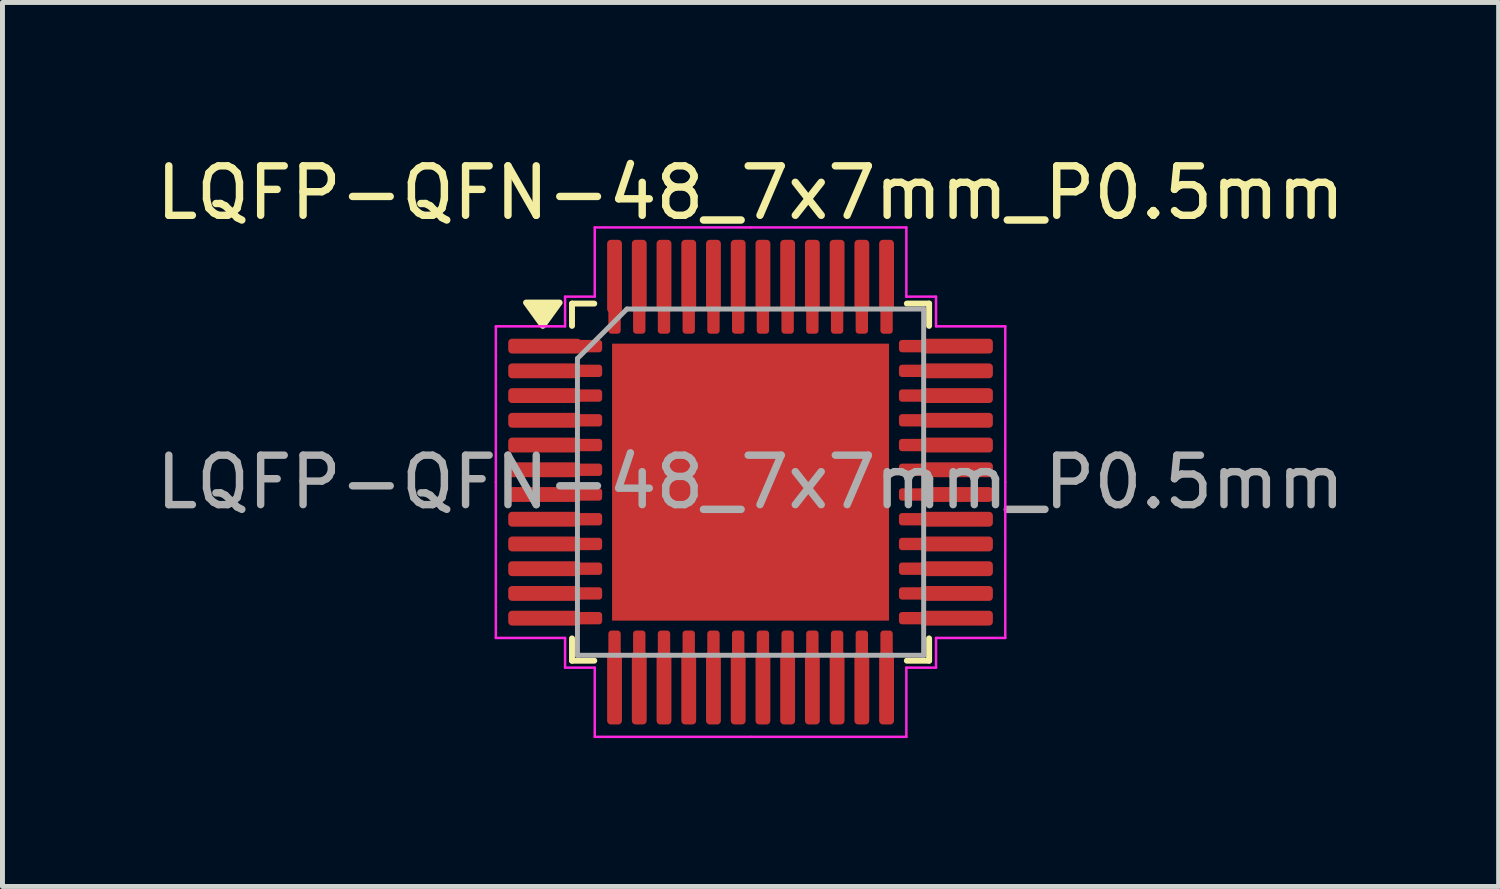
<source format=kicad_pcb>
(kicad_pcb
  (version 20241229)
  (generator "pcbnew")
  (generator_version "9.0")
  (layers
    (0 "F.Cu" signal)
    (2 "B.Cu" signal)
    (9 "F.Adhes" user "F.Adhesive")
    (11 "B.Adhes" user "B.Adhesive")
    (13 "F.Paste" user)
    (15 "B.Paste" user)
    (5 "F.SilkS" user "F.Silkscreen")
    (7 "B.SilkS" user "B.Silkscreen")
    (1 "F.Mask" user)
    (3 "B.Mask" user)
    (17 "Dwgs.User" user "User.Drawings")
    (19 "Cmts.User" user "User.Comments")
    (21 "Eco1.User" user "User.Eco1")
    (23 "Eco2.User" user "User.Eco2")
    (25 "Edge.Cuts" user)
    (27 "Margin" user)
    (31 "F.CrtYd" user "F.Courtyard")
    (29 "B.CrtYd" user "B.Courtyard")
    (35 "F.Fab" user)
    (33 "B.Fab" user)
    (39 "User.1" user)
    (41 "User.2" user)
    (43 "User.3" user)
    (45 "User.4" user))
  (footprint "LQFP-QFN-48_7x7mm_P0.5mm"
    (layer "F.Cu")
    (at 12.125 6.698)
    (property "Reference" "LQFP-QFN-48_7x7mm_P0.5mm" (at 0 -5.85 0) (layer "F.SilkS") (effects (font (size 1 1) (thickness 0.15))))
    (attr smd)
    (fp_line (start -3.61 -3.61) (end -3.61 -3.16) (stroke (width 0.12) (type solid)) (layer "F.SilkS"))
    (fp_line (start -3.61 3.61) (end -3.61 3.16) (stroke (width 0.12) (type solid)) (layer "F.SilkS"))
    (fp_line (start -3.16 -3.61) (end -3.61 -3.61) (stroke (width 0.12) (type solid)) (layer "F.SilkS"))
    (fp_line (start -3.16 3.61) (end -3.61 3.61) (stroke (width 0.12) (type solid)) (layer "F.SilkS"))
    (fp_line (start 3.16 -3.61) (end 3.61 -3.61) (stroke (width 0.12) (type solid)) (layer "F.SilkS"))
    (fp_line (start 3.16 3.61) (end 3.61 3.61) (stroke (width 0.12) (type solid)) (layer "F.SilkS"))
    (fp_line (start 3.61 -3.61) (end 3.61 -3.16) (stroke (width 0.12) (type solid)) (layer "F.SilkS"))
    (fp_line (start 3.61 3.61) (end 3.61 3.16) (stroke (width 0.12) (type solid)) (layer "F.SilkS"))
    (fp_poly (pts (xy -4.2 -3.16) (xy -4.54 -3.63) (xy -3.86 -3.63) (xy -4.2 -3.16)) (stroke (width 0.12) (type solid)) (fill yes) (layer "F.SilkS"))
    (fp_line (start -5.15 -3.15) (end -5.15 0) (stroke (width 0.05) (type solid)) (layer "F.CrtYd"))
    (fp_line (start -5.15 3.15) (end -5.15 0) (stroke (width 0.05) (type solid)) (layer "F.CrtYd"))
    (fp_line (start -3.75 -3.75) (end -3.75 -3.15) (stroke (width 0.05) (type solid)) (layer "F.CrtYd"))
    (fp_line (start -3.75 -3.15) (end -5.15 -3.15) (stroke (width 0.05) (type solid)) (layer "F.CrtYd"))
    (fp_line (start -3.75 3.15) (end -5.15 3.15) (stroke (width 0.05) (type solid)) (layer "F.CrtYd"))
    (fp_line (start -3.75 3.75) (end -3.75 3.15) (stroke (width 0.05) (type solid)) (layer "F.CrtYd"))
    (fp_line (start -3.15 -5.15) (end -3.15 -3.75) (stroke (width 0.05) (type solid)) (layer "F.CrtYd"))
    (fp_line (start -3.15 -3.75) (end -3.75 -3.75) (stroke (width 0.05) (type solid)) (layer "F.CrtYd"))
    (fp_line (start -3.15 3.75) (end -3.75 3.75) (stroke (width 0.05) (type solid)) (layer "F.CrtYd"))
    (fp_line (start -3.15 5.15) (end -3.15 3.75) (stroke (width 0.05) (type solid)) (layer "F.CrtYd"))
    (fp_line (start 0 -5.15) (end -3.15 -5.15) (stroke (width 0.05) (type solid)) (layer "F.CrtYd"))
    (fp_line (start 0 -5.15) (end 3.15 -5.15) (stroke (width 0.05) (type solid)) (layer "F.CrtYd"))
    (fp_line (start 0 5.15) (end -3.15 5.15) (stroke (width 0.05) (type solid)) (layer "F.CrtYd"))
    (fp_line (start 0 5.15) (end 3.15 5.15) (stroke (width 0.05) (type solid)) (layer "F.CrtYd"))
    (fp_line (start 3.15 -5.15) (end 3.15 -3.75) (stroke (width 0.05) (type solid)) (layer "F.CrtYd"))
    (fp_line (start 3.15 -3.75) (end 3.75 -3.75) (stroke (width 0.05) (type solid)) (layer "F.CrtYd"))
    (fp_line (start 3.15 3.75) (end 3.75 3.75) (stroke (width 0.05) (type solid)) (layer "F.CrtYd"))
    (fp_line (start 3.15 5.15) (end 3.15 3.75) (stroke (width 0.05) (type solid)) (layer "F.CrtYd"))
    (fp_line (start 3.75 -3.75) (end 3.75 -3.15) (stroke (width 0.05) (type solid)) (layer "F.CrtYd"))
    (fp_line (start 3.75 -3.15) (end 5.15 -3.15) (stroke (width 0.05) (type solid)) (layer "F.CrtYd"))
    (fp_line (start 3.75 3.15) (end 5.15 3.15) (stroke (width 0.05) (type solid)) (layer "F.CrtYd"))
    (fp_line (start 3.75 3.75) (end 3.75 3.15) (stroke (width 0.05) (type solid)) (layer "F.CrtYd"))
    (fp_line (start 5.15 -3.15) (end 5.15 0) (stroke (width 0.05) (type solid)) (layer "F.CrtYd"))
    (fp_line (start 5.15 3.15) (end 5.15 0) (stroke (width 0.05) (type solid)) (layer "F.CrtYd"))
    (fp_line (start -3.5 -2.5) (end -2.5 -3.5) (stroke (width 0.1) (type solid)) (layer "F.Fab"))
    (fp_line (start -3.5 3.5) (end -3.5 -2.5) (stroke (width 0.1) (type solid)) (layer "F.Fab"))
    (fp_line (start -2.5 -3.5) (end 3.5 -3.5) (stroke (width 0.1) (type solid)) (layer "F.Fab"))
    (fp_line (start 3.5 -3.5) (end 3.5 3.5) (stroke (width 0.1) (type solid)) (layer "F.Fab"))
    (fp_line (start 3.5 3.5) (end -3.5 3.5) (stroke (width 0.1) (type solid)) (layer "F.Fab"))
    (fp_text user "${REFERENCE}" (at 0 0 0) (layer "F.Fab") (effects (font (size 1 1) (thickness 0.15))))
    (pad "" smd roundrect (at -1.2 -1.2) (size 0.97 0.97) (layers "F.Paste") (roundrect_rratio 0.25))
    (pad "" smd roundrect (at -1.2 0) (size 0.97 0.97) (layers "F.Paste") (roundrect_rratio 0.25))
    (pad "" smd roundrect (at -1.2 1.2) (size 0.97 0.97) (layers "F.Paste") (roundrect_rratio 0.25))
    (pad "" smd roundrect (at 0 -1.2) (size 0.97 0.97) (layers "F.Paste") (roundrect_rratio 0.25))
    (pad "" smd roundrect (at 0 0) (size 0.97 0.97) (layers "F.Paste") (roundrect_rratio 0.25))
    (pad "" smd roundrect (at 0 1.2) (size 0.97 0.97) (layers "F.Paste") (roundrect_rratio 0.25))
    (pad "" smd roundrect (at 1.2 -1.2) (size 0.97 0.97) (layers "F.Paste") (roundrect_rratio 0.25))
    (pad "" smd roundrect (at 1.2 0) (size 0.97 0.97) (layers "F.Paste") (roundrect_rratio 0.25))
    (pad "" smd roundrect (at 1.2 1.2) (size 0.97 0.97) (layers "F.Paste") (roundrect_rratio 0.25))
    (pad "1" smd roundrect (at -4.162 -2.75) (size 1.475 0.3) (layers "F.Cu" "F.Mask" "F.Paste") (roundrect_rratio 0.25))
    (pad "1" smd roundrect (at -3.438 -2.75) (size 0.875 0.25) (layers "F.Cu" "F.Mask" "F.Paste") (roundrect_rratio 0.25))
    (pad "2" smd roundrect (at -4.162 -2.25) (size 1.475 0.3) (layers "F.Cu" "F.Mask" "F.Paste") (roundrect_rratio 0.25))
    (pad "2" smd roundrect (at -3.438 -2.25) (size 0.875 0.25) (layers "F.Cu" "F.Mask" "F.Paste") (roundrect_rratio 0.25))
    (pad "3" smd roundrect (at -4.162 -1.75) (size 1.475 0.3) (layers "F.Cu" "F.Mask" "F.Paste") (roundrect_rratio 0.25))
    (pad "3" smd roundrect (at -3.438 -1.75) (size 0.875 0.25) (layers "F.Cu" "F.Mask" "F.Paste") (roundrect_rratio 0.25))
    (pad "4" smd roundrect (at -4.162 -1.25) (size 1.475 0.3) (layers "F.Cu" "F.Mask" "F.Paste") (roundrect_rratio 0.25))
    (pad "4" smd roundrect (at -3.438 -1.25) (size 0.875 0.25) (layers "F.Cu" "F.Mask" "F.Paste") (roundrect_rratio 0.25))
    (pad "5" smd roundrect (at -4.162 -0.75) (size 1.475 0.3) (layers "F.Cu" "F.Mask" "F.Paste") (roundrect_rratio 0.25))
    (pad "5" smd roundrect (at -3.438 -0.75) (size 0.875 0.25) (layers "F.Cu" "F.Mask" "F.Paste") (roundrect_rratio 0.25))
    (pad "6" smd roundrect (at -4.162 -0.25) (size 1.475 0.3) (layers "F.Cu" "F.Mask" "F.Paste") (roundrect_rratio 0.25))
    (pad "6" smd roundrect (at -3.438 -0.25) (size 0.875 0.25) (layers "F.Cu" "F.Mask" "F.Paste") (roundrect_rratio 0.25))
    (pad "7" smd roundrect (at -4.162 0.25) (size 1.475 0.3) (layers "F.Cu" "F.Mask" "F.Paste") (roundrect_rratio 0.25))
    (pad "7" smd roundrect (at -3.438 0.25) (size 0.875 0.25) (layers "F.Cu" "F.Mask" "F.Paste") (roundrect_rratio 0.25))
    (pad "8" smd roundrect (at -4.162 0.75) (size 1.475 0.3) (layers "F.Cu" "F.Mask" "F.Paste") (roundrect_rratio 0.25))
    (pad "8" smd roundrect (at -3.438 0.75) (size 0.875 0.25) (layers "F.Cu" "F.Mask" "F.Paste") (roundrect_rratio 0.25))
    (pad "9" smd roundrect (at -4.162 1.25) (size 1.475 0.3) (layers "F.Cu" "F.Mask" "F.Paste") (roundrect_rratio 0.25))
    (pad "9" smd roundrect (at -3.438 1.25) (size 0.875 0.25) (layers "F.Cu" "F.Mask" "F.Paste") (roundrect_rratio 0.25))
    (pad "10" smd roundrect (at -4.162 1.75) (size 1.475 0.3) (layers "F.Cu" "F.Mask" "F.Paste") (roundrect_rratio 0.25))
    (pad "10" smd roundrect (at -3.438 1.75) (size 0.875 0.25) (layers "F.Cu" "F.Mask" "F.Paste") (roundrect_rratio 0.25))
    (pad "11" smd roundrect (at -4.162 2.25) (size 1.475 0.3) (layers "F.Cu" "F.Mask" "F.Paste") (roundrect_rratio 0.25))
    (pad "11" smd roundrect (at -3.438 2.25) (size 0.875 0.25) (layers "F.Cu" "F.Mask" "F.Paste") (roundrect_rratio 0.25))
    (pad "12" smd roundrect (at -4.162 2.75) (size 1.475 0.3) (layers "F.Cu" "F.Mask" "F.Paste") (roundrect_rratio 0.25))
    (pad "12" smd roundrect (at -3.438 2.75) (size 0.875 0.25) (layers "F.Cu" "F.Mask" "F.Paste") (roundrect_rratio 0.25))
    (pad "13" smd roundrect (at -2.75 3.438) (size 0.25 0.875) (layers "F.Cu" "F.Mask" "F.Paste") (roundrect_rratio 0.25))
    (pad "13" smd roundrect (at -2.75 4.162) (size 0.3 1.475) (layers "F.Cu" "F.Mask" "F.Paste") (roundrect_rratio 0.25))
    (pad "14" smd roundrect (at -2.25 3.438) (size 0.25 0.875) (layers "F.Cu" "F.Mask" "F.Paste") (roundrect_rratio 0.25))
    (pad "14" smd roundrect (at -2.25 4.162) (size 0.3 1.475) (layers "F.Cu" "F.Mask" "F.Paste") (roundrect_rratio 0.25))
    (pad "15" smd roundrect (at -1.75 3.438) (size 0.25 0.875) (layers "F.Cu" "F.Mask" "F.Paste") (roundrect_rratio 0.25))
    (pad "15" smd roundrect (at -1.75 4.162) (size 0.3 1.475) (layers "F.Cu" "F.Mask" "F.Paste") (roundrect_rratio 0.25))
    (pad "16" smd roundrect (at -1.25 3.438) (size 0.25 0.875) (layers "F.Cu" "F.Mask" "F.Paste") (roundrect_rratio 0.25))
    (pad "16" smd roundrect (at -1.25 4.162) (size 0.3 1.475) (layers "F.Cu" "F.Mask" "F.Paste") (roundrect_rratio 0.25))
    (pad "17" smd roundrect (at -0.75 3.438) (size 0.25 0.875) (layers "F.Cu" "F.Mask" "F.Paste") (roundrect_rratio 0.25))
    (pad "17" smd roundrect (at -0.75 4.162) (size 0.3 1.475) (layers "F.Cu" "F.Mask" "F.Paste") (roundrect_rratio 0.25))
    (pad "18" smd roundrect (at -0.25 3.438) (size 0.25 0.875) (layers "F.Cu" "F.Mask" "F.Paste") (roundrect_rratio 0.25))
    (pad "18" smd roundrect (at -0.25 4.162) (size 0.3 1.475) (layers "F.Cu" "F.Mask" "F.Paste") (roundrect_rratio 0.25))
    (pad "19" smd roundrect (at 0.25 3.438) (size 0.25 0.875) (layers "F.Cu" "F.Mask" "F.Paste") (roundrect_rratio 0.25))
    (pad "19" smd roundrect (at 0.25 4.162) (size 0.3 1.475) (layers "F.Cu" "F.Mask" "F.Paste") (roundrect_rratio 0.25))
    (pad "20" smd roundrect (at 0.75 3.438) (size 0.25 0.875) (layers "F.Cu" "F.Mask" "F.Paste") (roundrect_rratio 0.25))
    (pad "20" smd roundrect (at 0.75 4.162) (size 0.3 1.475) (layers "F.Cu" "F.Mask" "F.Paste") (roundrect_rratio 0.25))
    (pad "21" smd roundrect (at 1.25 3.438) (size 0.25 0.875) (layers "F.Cu" "F.Mask" "F.Paste") (roundrect_rratio 0.25))
    (pad "21" smd roundrect (at 1.25 4.162) (size 0.3 1.475) (layers "F.Cu" "F.Mask" "F.Paste") (roundrect_rratio 0.25))
    (pad "22" smd roundrect (at 1.75 3.438) (size 0.25 0.875) (layers "F.Cu" "F.Mask" "F.Paste") (roundrect_rratio 0.25))
    (pad "22" smd roundrect (at 1.75 4.162) (size 0.3 1.475) (layers "F.Cu" "F.Mask" "F.Paste") (roundrect_rratio 0.25))
    (pad "23" smd roundrect (at 2.25 3.438) (size 0.25 0.875) (layers "F.Cu" "F.Mask" "F.Paste") (roundrect_rratio 0.25))
    (pad "23" smd roundrect (at 2.25 4.162) (size 0.3 1.475) (layers "F.Cu" "F.Mask" "F.Paste") (roundrect_rratio 0.25))
    (pad "24" smd roundrect (at 2.75 3.438) (size 0.25 0.875) (layers "F.Cu" "F.Mask" "F.Paste") (roundrect_rratio 0.25))
    (pad "24" smd roundrect (at 2.75 4.162) (size 0.3 1.475) (layers "F.Cu" "F.Mask" "F.Paste") (roundrect_rratio 0.25))
    (pad "25" smd roundrect (at 3.438 2.75) (size 0.875 0.25) (layers "F.Cu" "F.Mask" "F.Paste") (roundrect_rratio 0.25))
    (pad "25" smd roundrect (at 4.162 2.75) (size 1.475 0.3) (layers "F.Cu" "F.Mask" "F.Paste") (roundrect_rratio 0.25))
    (pad "26" smd roundrect (at 3.438 2.25) (size 0.875 0.25) (layers "F.Cu" "F.Mask" "F.Paste") (roundrect_rratio 0.25))
    (pad "26" smd roundrect (at 4.162 2.25) (size 1.475 0.3) (layers "F.Cu" "F.Mask" "F.Paste") (roundrect_rratio 0.25))
    (pad "27" smd roundrect (at 3.438 1.75) (size 0.875 0.25) (layers "F.Cu" "F.Mask" "F.Paste") (roundrect_rratio 0.25))
    (pad "27" smd roundrect (at 4.162 1.75) (size 1.475 0.3) (layers "F.Cu" "F.Mask" "F.Paste") (roundrect_rratio 0.25))
    (pad "28" smd roundrect (at 3.438 1.25) (size 0.875 0.25) (layers "F.Cu" "F.Mask" "F.Paste") (roundrect_rratio 0.25))
    (pad "28" smd roundrect (at 4.162 1.25) (size 1.475 0.3) (layers "F.Cu" "F.Mask" "F.Paste") (roundrect_rratio 0.25))
    (pad "29" smd roundrect (at 3.438 0.75) (size 0.875 0.25) (layers "F.Cu" "F.Mask" "F.Paste") (roundrect_rratio 0.25))
    (pad "29" smd roundrect (at 4.162 0.75) (size 1.475 0.3) (layers "F.Cu" "F.Mask" "F.Paste") (roundrect_rratio 0.25))
    (pad "30" smd roundrect (at 3.438 0.25) (size 0.875 0.25) (layers "F.Cu" "F.Mask" "F.Paste") (roundrect_rratio 0.25))
    (pad "30" smd roundrect (at 4.162 0.25) (size 1.475 0.3) (layers "F.Cu" "F.Mask" "F.Paste") (roundrect_rratio 0.25))
    (pad "31" smd roundrect (at 3.438 -0.25) (size 0.875 0.25) (layers "F.Cu" "F.Mask" "F.Paste") (roundrect_rratio 0.25))
    (pad "31" smd roundrect (at 4.162 -0.25) (size 1.475 0.3) (layers "F.Cu" "F.Mask" "F.Paste") (roundrect_rratio 0.25))
    (pad "32" smd roundrect (at 3.438 -0.75) (size 0.875 0.25) (layers "F.Cu" "F.Mask" "F.Paste") (roundrect_rratio 0.25))
    (pad "32" smd roundrect (at 4.162 -0.75) (size 1.475 0.3) (layers "F.Cu" "F.Mask" "F.Paste") (roundrect_rratio 0.25))
    (pad "33" smd roundrect (at 3.438 -1.25) (size 0.875 0.25) (layers "F.Cu" "F.Mask" "F.Paste") (roundrect_rratio 0.25))
    (pad "33" smd roundrect (at 4.162 -1.25) (size 1.475 0.3) (layers "F.Cu" "F.Mask" "F.Paste") (roundrect_rratio 0.25))
    (pad "34" smd roundrect (at 3.438 -1.75) (size 0.875 0.25) (layers "F.Cu" "F.Mask" "F.Paste") (roundrect_rratio 0.25))
    (pad "34" smd roundrect (at 4.162 -1.75) (size 1.475 0.3) (layers "F.Cu" "F.Mask" "F.Paste") (roundrect_rratio 0.25))
    (pad "35" smd roundrect (at 3.438 -2.25) (size 0.875 0.25) (layers "F.Cu" "F.Mask" "F.Paste") (roundrect_rratio 0.25))
    (pad "35" smd roundrect (at 4.162 -2.25) (size 1.475 0.3) (layers "F.Cu" "F.Mask" "F.Paste") (roundrect_rratio 0.25))
    (pad "36" smd roundrect (at 3.438 -2.75) (size 0.875 0.25) (layers "F.Cu" "F.Mask" "F.Paste") (roundrect_rratio 0.25))
    (pad "36" smd roundrect (at 4.162 -2.75) (size 1.475 0.3) (layers "F.Cu" "F.Mask" "F.Paste") (roundrect_rratio 0.25))
    (pad "37" smd roundrect (at 2.75 -4.162) (size 0.3 1.475) (layers "F.Cu" "F.Mask" "F.Paste") (roundrect_rratio 0.25))
    (pad "37" smd roundrect (at 2.75 -3.438) (size 0.25 0.875) (layers "F.Cu" "F.Mask" "F.Paste") (roundrect_rratio 0.25))
    (pad "38" smd roundrect (at 2.25 -4.162) (size 0.3 1.475) (layers "F.Cu" "F.Mask" "F.Paste") (roundrect_rratio 0.25))
    (pad "38" smd roundrect (at 2.25 -3.438) (size 0.25 0.875) (layers "F.Cu" "F.Mask" "F.Paste") (roundrect_rratio 0.25))
    (pad "39" smd roundrect (at 1.75 -4.162) (size 0.3 1.475) (layers "F.Cu" "F.Mask" "F.Paste") (roundrect_rratio 0.25))
    (pad "39" smd roundrect (at 1.75 -3.438) (size 0.25 0.875) (layers "F.Cu" "F.Mask" "F.Paste") (roundrect_rratio 0.25))
    (pad "40" smd roundrect (at 1.25 -4.162) (size 0.3 1.475) (layers "F.Cu" "F.Mask" "F.Paste") (roundrect_rratio 0.25))
    (pad "40" smd roundrect (at 1.25 -3.438) (size 0.25 0.875) (layers "F.Cu" "F.Mask" "F.Paste") (roundrect_rratio 0.25))
    (pad "41" smd roundrect (at 0.75 -4.162) (size 0.3 1.475) (layers "F.Cu" "F.Mask" "F.Paste") (roundrect_rratio 0.25))
    (pad "41" smd roundrect (at 0.75 -3.438) (size 0.25 0.875) (layers "F.Cu" "F.Mask" "F.Paste") (roundrect_rratio 0.25))
    (pad "42" smd roundrect (at 0.25 -4.162) (size 0.3 1.475) (layers "F.Cu" "F.Mask" "F.Paste") (roundrect_rratio 0.25))
    (pad "42" smd roundrect (at 0.25 -3.438) (size 0.25 0.875) (layers "F.Cu" "F.Mask" "F.Paste") (roundrect_rratio 0.25))
    (pad "43" smd roundrect (at -0.25 -4.162) (size 0.3 1.475) (layers "F.Cu" "F.Mask" "F.Paste") (roundrect_rratio 0.25))
    (pad "43" smd roundrect (at -0.25 -3.438) (size 0.25 0.875) (layers "F.Cu" "F.Mask" "F.Paste") (roundrect_rratio 0.25))
    (pad "44" smd roundrect (at -0.75 -4.162) (size 0.3 1.475) (layers "F.Cu" "F.Mask" "F.Paste") (roundrect_rratio 0.25))
    (pad "44" smd roundrect (at -0.75 -3.438) (size 0.25 0.875) (layers "F.Cu" "F.Mask" "F.Paste") (roundrect_rratio 0.25))
    (pad "45" smd roundrect (at -1.25 -4.162) (size 0.3 1.475) (layers "F.Cu" "F.Mask" "F.Paste") (roundrect_rratio 0.25))
    (pad "45" smd roundrect (at -1.25 -3.438) (size 0.25 0.875) (layers "F.Cu" "F.Mask" "F.Paste") (roundrect_rratio 0.25))
    (pad "46" smd roundrect (at -1.75 -4.162) (size 0.3 1.475) (layers "F.Cu" "F.Mask" "F.Paste") (roundrect_rratio 0.25))
    (pad "46" smd roundrect (at -1.75 -3.438) (size 0.25 0.875) (layers "F.Cu" "F.Mask" "F.Paste") (roundrect_rratio 0.25))
    (pad "47" smd roundrect (at -2.25 -4.162) (size 0.3 1.475) (layers "F.Cu" "F.Mask" "F.Paste") (roundrect_rratio 0.25))
    (pad "47" smd roundrect (at -2.25 -3.438) (size 0.25 0.875) (layers "F.Cu" "F.Mask" "F.Paste") (roundrect_rratio 0.25))
    (pad "48" smd roundrect (at -2.75 -4.162) (size 0.3 1.475) (layers "F.Cu" "F.Mask" "F.Paste") (roundrect_rratio 0.25))
    (pad "48" smd roundrect (at -2.75 -3.438) (size 0.25 0.875) (layers "F.Cu" "F.Mask" "F.Paste") (roundrect_rratio 0.25))
    (pad "49" smd rect (at 0 0) (size 5.6 5.6) (property pad_prop_heatsink) (layers "F.Cu" "F.Mask")))
  (gr_rect
    (start -3 -3)
    (end 27.25 14.873)
    (stroke (width 0.1) (type default))
    (fill no)
    (layer "Edge.Cuts")))
</source>
